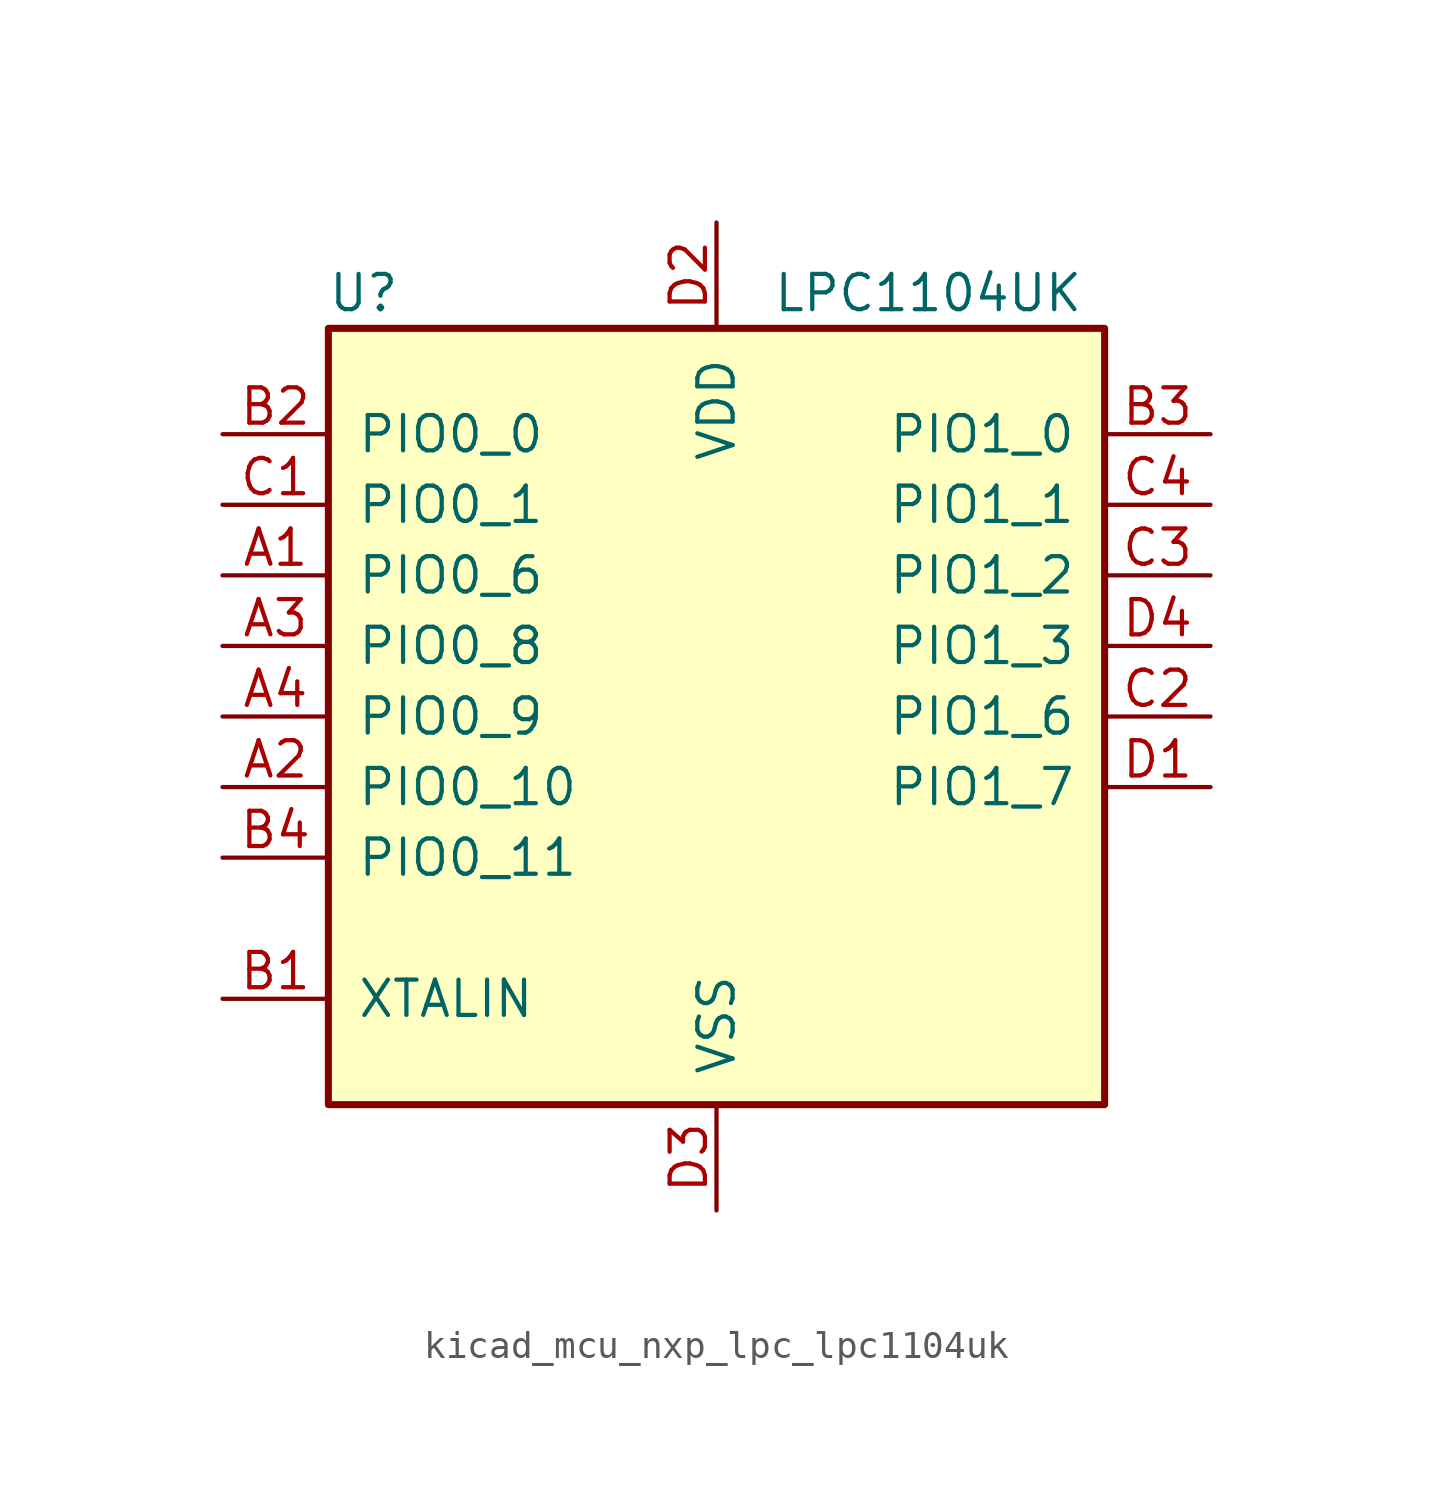
<source format=kicad_sym>
(kicad_symbol_lib
  (version 20220914)
  (generator kicad_symbol_editor)
  (symbol "kicad_mcu_nxp_lpc_lpc1104uk"
    (pin_names
      (offset 1.016))
    (property "Reference" "U"
      (at -12.7 15.24 0)
      (effects (font (size 1.27 1.27))))
    (property "Value" "LPC1104UK"
      (at 7.62 15.24 0)
      (effects (font (size 1.27 1.27))))
    (symbol "kicad_mcu_nxp_lpc_lpc1104uk_0_1"
      (rectangle (start -13.97 13.97) (end 13.97 -13.97) (stroke (width 0.254) (type default)) (fill (type background))))
    (symbol "kicad_mcu_nxp_lpc_lpc1104uk_1_1"
      (pin bidirectional line (at -17.78 5.08 0) (length 3.81) (name "PIO0_6" (effects (font (size 1.27 1.27)))) (number "A1" (effects (font (size 1.27 1.27)))))
      (pin bidirectional line (at -17.78 -2.54 0) (length 3.81) (name "PIO0_10" (effects (font (size 1.27 1.27)))) (number "A2" (effects (font (size 1.27 1.27)))))
      (pin bidirectional line (at -17.78 2.54 0) (length 3.81) (name "PIO0_8" (effects (font (size 1.27 1.27)))) (number "A3" (effects (font (size 1.27 1.27)))))
      (pin bidirectional line (at -17.78 0 0) (length 3.81) (name "PIO0_9" (effects (font (size 1.27 1.27)))) (number "A4" (effects (font (size 1.27 1.27)))))
      (pin input line (at -17.78 -10.16 0) (length 3.81) (name "XTALIN" (effects (font (size 1.27 1.27)))) (number "B1" (effects (font (size 1.27 1.27)))))
      (pin bidirectional line (at -17.78 10.16 0) (length 3.81) (name "PIO0_0" (effects (font (size 1.27 1.27)))) (number "B2" (effects (font (size 1.27 1.27)))))
      (pin bidirectional line (at 17.78 10.16 180) (length 3.81) (name "PIO1_0" (effects (font (size 1.27 1.27)))) (number "B3" (effects (font (size 1.27 1.27)))))
      (pin bidirectional line (at -17.78 -5.08 0) (length 3.81) (name "PIO0_11" (effects (font (size 1.27 1.27)))) (number "B4" (effects (font (size 1.27 1.27)))))
      (pin bidirectional line (at -17.78 7.62 0) (length 3.81) (name "PIO0_1" (effects (font (size 1.27 1.27)))) (number "C1" (effects (font (size 1.27 1.27)))))
      (pin bidirectional line (at 17.78 0 180) (length 3.81) (name "PIO1_6" (effects (font (size 1.27 1.27)))) (number "C2" (effects (font (size 1.27 1.27)))))
      (pin bidirectional line (at 17.78 5.08 180) (length 3.81) (name "PIO1_2" (effects (font (size 1.27 1.27)))) (number "C3" (effects (font (size 1.27 1.27)))))
      (pin bidirectional line (at 17.78 7.62 180) (length 3.81) (name "PIO1_1" (effects (font (size 1.27 1.27)))) (number "C4" (effects (font (size 1.27 1.27)))))
      (pin bidirectional line (at 17.78 -2.54 180) (length 3.81) (name "PIO1_7" (effects (font (size 1.27 1.27)))) (number "D1" (effects (font (size 1.27 1.27)))))
      (pin power_in line (at 0 17.78 270) (length 3.81) (name "VDD" (effects (font (size 1.27 1.27)))) (number "D2" (effects (font (size 1.27 1.27)))))
      (pin power_in line (at 0 -17.78 90) (length 3.81) (name "VSS" (effects (font (size 1.27 1.27)))) (number "D3" (effects (font (size 1.27 1.27)))))
      (pin bidirectional line (at 17.78 2.54 180) (length 3.81) (name "PIO1_3" (effects (font (size 1.27 1.27)))) (number "D4" (effects (font (size 1.27 1.27))))))))
</source>
